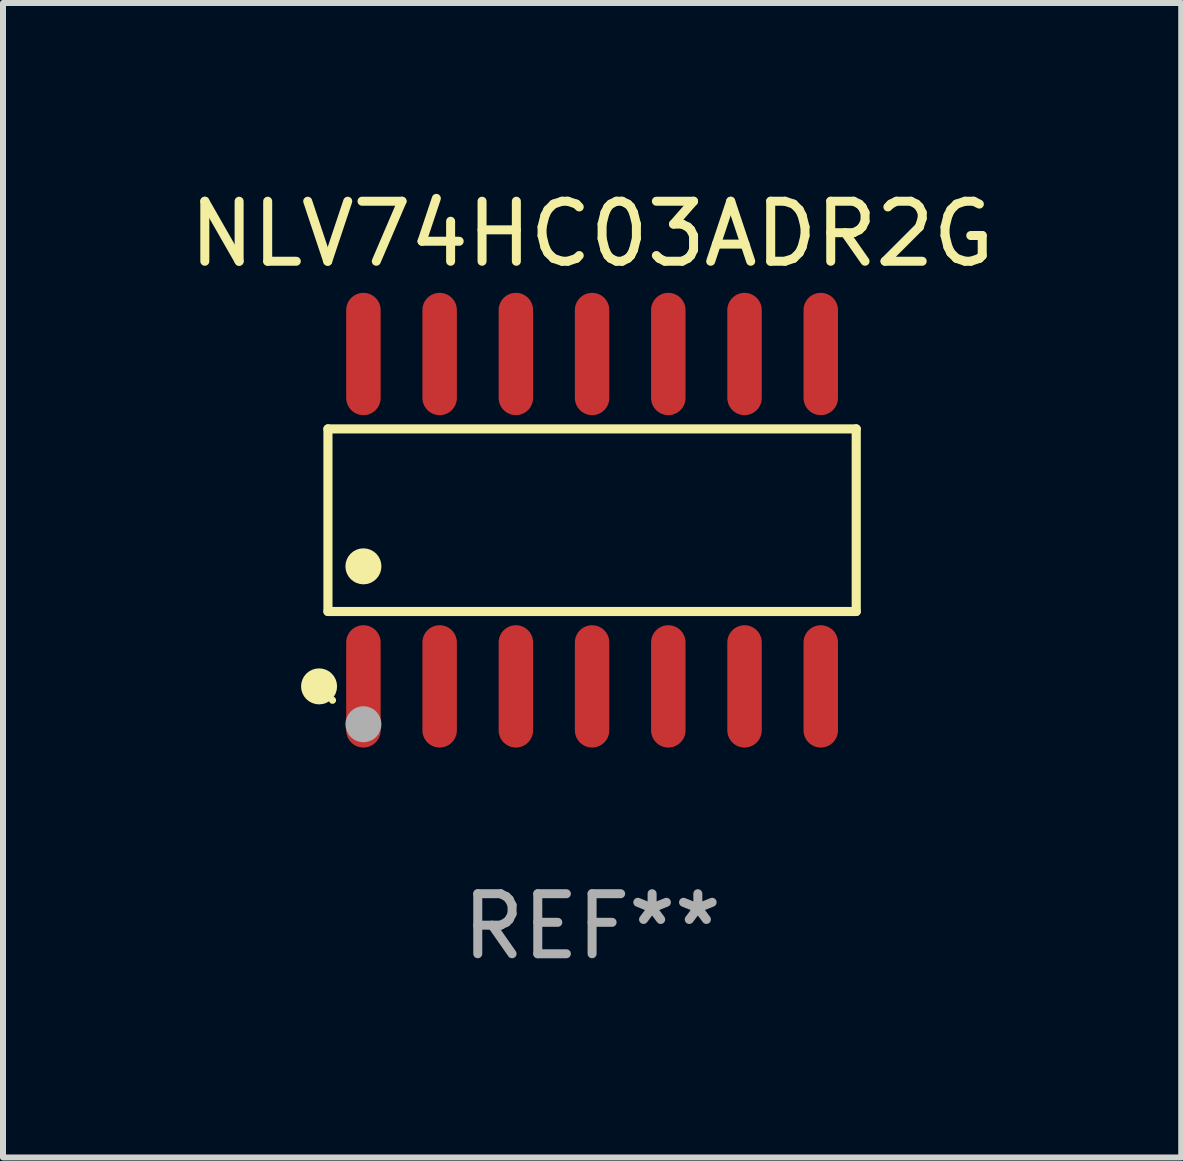
<source format=kicad_pcb>
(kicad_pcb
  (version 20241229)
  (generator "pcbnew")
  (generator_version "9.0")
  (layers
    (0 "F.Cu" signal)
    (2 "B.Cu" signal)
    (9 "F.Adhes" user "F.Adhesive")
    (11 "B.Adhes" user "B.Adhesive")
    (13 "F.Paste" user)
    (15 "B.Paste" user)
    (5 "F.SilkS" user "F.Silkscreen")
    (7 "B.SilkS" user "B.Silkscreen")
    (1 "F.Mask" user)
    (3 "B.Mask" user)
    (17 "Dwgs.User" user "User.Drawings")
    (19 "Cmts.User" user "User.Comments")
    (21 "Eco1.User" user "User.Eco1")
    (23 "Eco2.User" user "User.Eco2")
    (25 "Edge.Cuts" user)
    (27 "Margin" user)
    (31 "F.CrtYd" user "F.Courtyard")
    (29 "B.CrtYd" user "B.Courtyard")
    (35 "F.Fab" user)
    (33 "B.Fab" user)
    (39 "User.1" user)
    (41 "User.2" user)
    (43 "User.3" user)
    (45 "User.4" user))
  (footprint "NLV74HC03ADR2G"
    (layer "F.Cu")
    (at 6.815 5.617)
    (property "Reference" "NLV74HC03ADR2G" (at 0 -4.769 0) (layer "F.SilkS") (effects (font (size 1 1) (thickness 0.15))))
    (attr through_hole)
    (fp_line (start -4.401 -1.521) (end 4.401 -1.521) (stroke (width 0.152) (type solid)) (layer "F.SilkS"))
    (fp_line (start -4.401 1.521) (end -4.401 -1.521) (stroke (width 0.152) (type solid)) (layer "F.SilkS"))
    (fp_line (start 4.401 -1.521) (end 4.401 1.521) (stroke (width 0.152) (type solid)) (layer "F.SilkS"))
    (fp_line (start 4.401 1.521) (end -4.401 1.521) (stroke (width 0.152) (type solid)) (layer "F.SilkS"))
    (fp_circle (center -4.549 2.769) (end -4.399 2.769) (stroke (width 0.3) (type solid)) (fill no) (layer "F.SilkS"))
    (fp_circle (center -4.325 3) (end -4.295 3) (stroke (width 0.06) (type solid)) (fill no) (layer "F.SilkS"))
    (fp_circle (center -3.81 0.769) (end -3.66 0.769) (stroke (width 0.3) (type solid)) (fill no) (layer "F.SilkS"))
    (fp_circle (center -3.81 3.4) (end -3.66 3.4) (stroke (width 0.3) (type solid)) (fill no) (layer "F.Fab"))
    (fp_text user "REF**" (at 0 6.769 0) (layer "F.Fab") (effects (font (size 1 1) (thickness 0.15))))
    (pad "1" smd oval (at -3.81 2.769) (size 0.574 2.038) (layers "F.Cu" "F.Mask" "F.Paste"))
    (pad "2" smd oval (at -2.54 2.769) (size 0.574 2.038) (layers "F.Cu" "F.Mask" "F.Paste"))
    (pad "3" smd oval (at -1.27 2.769) (size 0.574 2.038) (layers "F.Cu" "F.Mask" "F.Paste"))
    (pad "4" smd oval (at 0 2.769) (size 0.574 2.038) (layers "F.Cu" "F.Mask" "F.Paste"))
    (pad "5" smd oval (at 1.27 2.769) (size 0.574 2.038) (layers "F.Cu" "F.Mask" "F.Paste"))
    (pad "6" smd oval (at 2.54 2.769) (size 0.574 2.038) (layers "F.Cu" "F.Mask" "F.Paste"))
    (pad "7" smd oval (at 3.81 2.769) (size 0.574 2.038) (layers "F.Cu" "F.Mask" "F.Paste"))
    (pad "8" smd oval (at 3.81 -2.769) (size 0.574 2.038) (layers "F.Cu" "F.Mask" "F.Paste"))
    (pad "9" smd oval (at 2.54 -2.769) (size 0.574 2.038) (layers "F.Cu" "F.Mask" "F.Paste"))
    (pad "10" smd oval (at 1.27 -2.769) (size 0.574 2.038) (layers "F.Cu" "F.Mask" "F.Paste"))
    (pad "11" smd oval (at 0 -2.769) (size 0.574 2.038) (layers "F.Cu" "F.Mask" "F.Paste"))
    (pad "12" smd oval (at -1.27 -2.769) (size 0.574 2.038) (layers "F.Cu" "F.Mask" "F.Paste"))
    (pad "13" smd oval (at -2.54 -2.769) (size 0.574 2.038) (layers "F.Cu" "F.Mask" "F.Paste"))
    (pad "14" smd oval (at -3.81 -2.769) (size 0.574 2.038) (layers "F.Cu" "F.Mask" "F.Paste")))
  (gr_rect
    (start -3 -3)
    (end 16.631 16.235)
    (stroke (width 0.1) (type default))
    (fill no)
    (layer "Edge.Cuts")))
</source>
